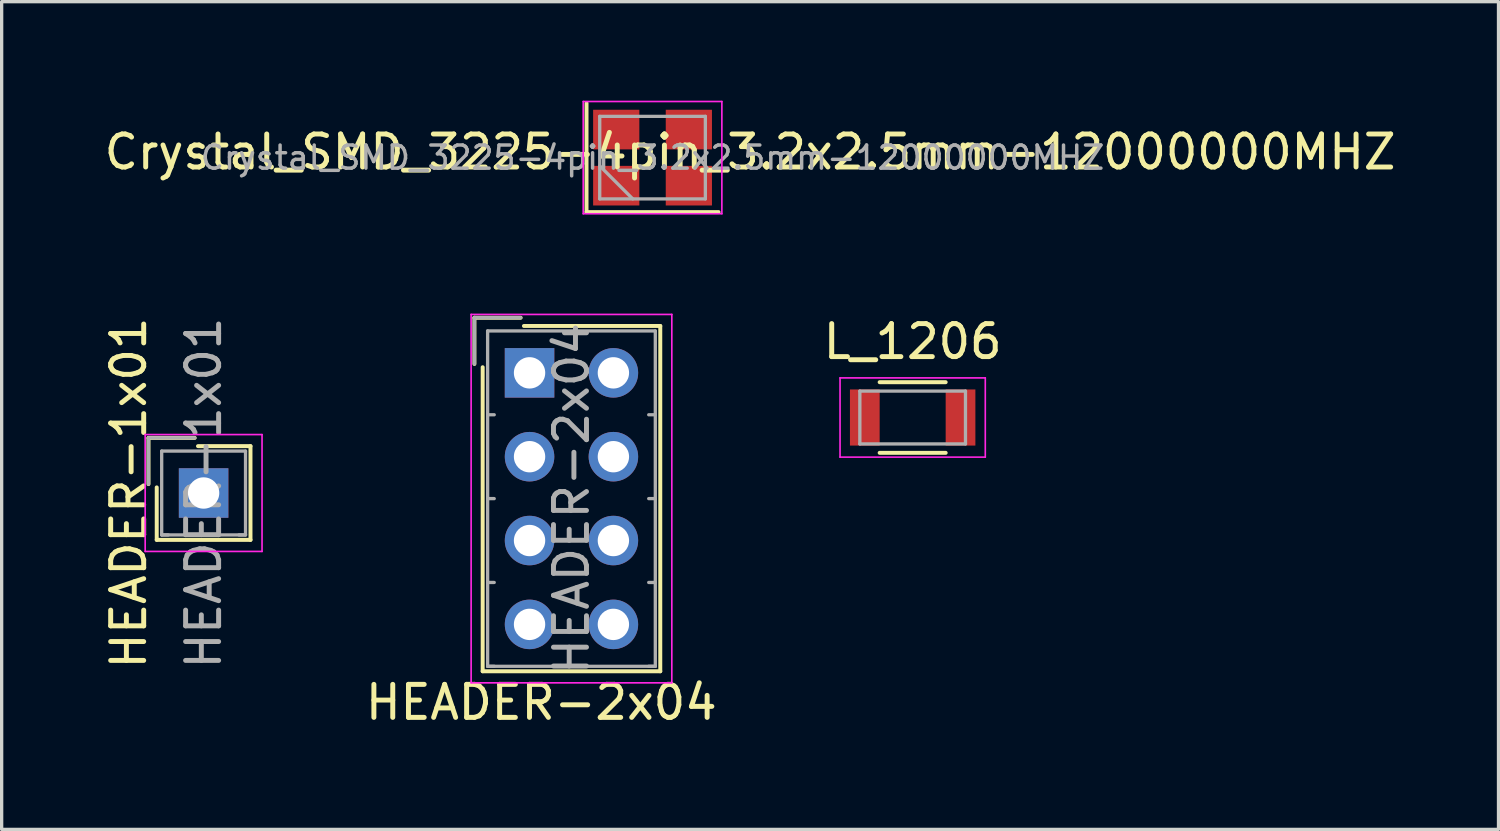
<source format=kicad_pcb>
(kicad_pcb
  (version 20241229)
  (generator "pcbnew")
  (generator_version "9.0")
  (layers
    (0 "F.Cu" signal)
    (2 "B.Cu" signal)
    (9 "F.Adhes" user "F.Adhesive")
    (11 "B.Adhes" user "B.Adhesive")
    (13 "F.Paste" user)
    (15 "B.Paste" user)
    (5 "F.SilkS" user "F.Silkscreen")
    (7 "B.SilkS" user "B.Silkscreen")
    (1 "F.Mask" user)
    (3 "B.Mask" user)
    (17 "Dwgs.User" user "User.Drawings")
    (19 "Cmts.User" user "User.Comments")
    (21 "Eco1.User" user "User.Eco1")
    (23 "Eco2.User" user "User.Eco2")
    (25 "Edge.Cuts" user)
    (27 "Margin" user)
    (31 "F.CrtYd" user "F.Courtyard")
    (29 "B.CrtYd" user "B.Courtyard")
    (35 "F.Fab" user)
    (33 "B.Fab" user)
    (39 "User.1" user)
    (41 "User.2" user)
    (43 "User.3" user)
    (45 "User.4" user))
  (footprint "Crystal_SMD_3225-4pin_3.2x2.5mm-12000000MHZ"
    (layer "F.Cu")
    (at 16.718 1.725)
    (property "Reference" "Crystal_SMD_3225-4pin_3.2x2.5mm-12000000MHZ" (at 2.955 -0.171 0) (layer "F.SilkS") (effects (font (size 1 1) (thickness 0.15))))
    (attr smd)
    (fp_line (start -2 -1.65) (end -2 1.65) (stroke (width 0.12) (type solid)) (layer "F.SilkS"))
    (fp_line (start -2 1.65) (end 2 1.65) (stroke (width 0.12) (type solid)) (layer "F.SilkS"))
    (fp_line (start -2.1 -1.7) (end -2.1 1.7) (stroke (width 0.05) (type solid)) (layer "F.CrtYd"))
    (fp_line (start -2.1 1.7) (end 2.1 1.7) (stroke (width 0.05) (type solid)) (layer "F.CrtYd"))
    (fp_line (start 2.1 -1.7) (end -2.1 -1.7) (stroke (width 0.05) (type solid)) (layer "F.CrtYd"))
    (fp_line (start 2.1 1.7) (end 2.1 -1.7) (stroke (width 0.05) (type solid)) (layer "F.CrtYd"))
    (fp_line (start -1.6 -1.25) (end -1.6 1.25) (stroke (width 0.1) (type solid)) (layer "F.Fab"))
    (fp_line (start -1.6 0.25) (end -0.6 1.25) (stroke (width 0.1) (type solid)) (layer "F.Fab"))
    (fp_line (start -1.6 1.25) (end 1.6 1.25) (stroke (width 0.1) (type solid)) (layer "F.Fab"))
    (fp_line (start 1.6 -1.25) (end -1.6 -1.25) (stroke (width 0.1) (type solid)) (layer "F.Fab"))
    (fp_line (start 1.6 1.25) (end 1.6 -1.25) (stroke (width 0.1) (type solid)) (layer "F.Fab"))
    (fp_text user "${REFERENCE}" (at 0 0 0) (layer "F.Fab") (effects (font (size 0.7 0.7) (thickness 0.105))))
    (pad "1" smd rect (at -1.1 0.85) (size 1.4 1.2) (layers "F.Cu" "F.Mask" "F.Paste"))
    (pad "2" smd rect (at 1.1 0.85) (size 1.4 1.2) (layers "F.Cu" "F.Mask" "F.Paste"))
    (pad "3" smd rect (at 1.1 -0.85) (size 1.4 1.2) (layers "F.Cu" "F.Mask" "F.Paste"))
    (pad "4" smd rect (at -1.1 -0.85) (size 1.4 1.2) (layers "F.Cu" "F.Mask" "F.Paste")))
  (footprint "HEADER-2x04"
    (layer "F.Cu")
    (at 12.992 8.245)
    (property "Reference" "HEADER-2x04" (at 0.356 9.982 0) (layer "F.SilkS") (effects (font (size 1 1) (thickness 0.15))))
    (attr through_hole)
    (fp_line (start -1.67 -1.67) (end -1.67 -0.27) (stroke (width 0.12) (type solid)) (layer "F.SilkS"))
    (fp_line (start -1.42 9.04) (end -1.42 -0.17) (stroke (width 0.12) (type solid)) (layer "F.SilkS"))
    (fp_line (start -0.27 -1.67) (end -1.67 -1.67) (stroke (width 0.12) (type solid)) (layer "F.SilkS"))
    (fp_line (start -0.17 -1.42) (end 3.96 -1.42) (stroke (width 0.12) (type solid)) (layer "F.SilkS"))
    (fp_line (start 3.96 -1.42) (end 3.96 9.04) (stroke (width 0.12) (type solid)) (layer "F.SilkS"))
    (fp_line (start 3.96 9.04) (end -1.42 9.04) (stroke (width 0.12) (type solid)) (layer "F.SilkS"))
    (fp_line (start -1.77 -1.77) (end -1.77 9.39) (stroke (width 0.05) (type solid)) (layer "F.CrtYd"))
    (fp_line (start -1.77 9.39) (end 4.31 9.39) (stroke (width 0.05) (type solid)) (layer "F.CrtYd"))
    (fp_line (start 4.31 -1.77) (end -1.77 -1.77) (stroke (width 0.05) (type solid)) (layer "F.CrtYd"))
    (fp_line (start 4.31 9.39) (end 4.31 -1.77) (stroke (width 0.05) (type solid)) (layer "F.CrtYd"))
    (fp_line (start -1.67 -1.67) (end -1.67 -0.27) (stroke (width 0.1) (type solid)) (layer "F.Fab"))
    (fp_line (start -1.27 -1.27) (end -1.27 8.89) (stroke (width 0.1) (type solid)) (layer "F.Fab"))
    (fp_line (start -1.27 1.27) (end -1.07 1.27) (stroke (width 0.1) (type solid)) (layer "F.Fab"))
    (fp_line (start -1.27 3.81) (end -1.07 3.81) (stroke (width 0.1) (type solid)) (layer "F.Fab"))
    (fp_line (start -1.27 6.35) (end -1.07 6.35) (stroke (width 0.1) (type solid)) (layer "F.Fab"))
    (fp_line (start -1.27 8.89) (end -1.07 8.89) (stroke (width 0.1) (type solid)) (layer "F.Fab"))
    (fp_line (start -1.27 8.89) (end 3.81 8.89) (stroke (width 0.1) (type solid)) (layer "F.Fab"))
    (fp_line (start -0.27 -1.67) (end -1.67 -1.67) (stroke (width 0.1) (type solid)) (layer "F.Fab"))
    (fp_line (start 3.81 -1.27) (end -1.27 -1.27) (stroke (width 0.1) (type solid)) (layer "F.Fab"))
    (fp_line (start 3.81 1.27) (end 3.61 1.27) (stroke (width 0.1) (type solid)) (layer "F.Fab"))
    (fp_line (start 3.81 3.81) (end 3.61 3.81) (stroke (width 0.1) (type solid)) (layer "F.Fab"))
    (fp_line (start 3.81 6.35) (end 3.61 6.35) (stroke (width 0.1) (type solid)) (layer "F.Fab"))
    (fp_line (start 3.81 8.89) (end 3.61 8.89) (stroke (width 0.1) (type solid)) (layer "F.Fab"))
    (fp_line (start 3.81 8.89) (end 3.81 -1.27) (stroke (width 0.1) (type solid)) (layer "F.Fab"))
    (fp_text user "${REFERENCE}" (at 1.27 3.81 90) (layer "F.Fab") (effects (font (size 1 1) (thickness 0.15))))
    (pad "1" thru_hole rect (at 0 0) (size 1.5 1.5) (drill 0.95) (layers "*.Cu" "*.Mask"))
    (pad "2" thru_hole circle (at 2.54 0) (size 1.5 1.5) (drill 0.95) (layers "*.Cu" "*.Mask"))
    (pad "3" thru_hole circle (at 0 2.54) (size 1.5 1.5) (drill 0.95) (layers "*.Cu" "*.Mask"))
    (pad "4" thru_hole circle (at 2.54 2.54) (size 1.5 1.5) (drill 0.95) (layers "*.Cu" "*.Mask"))
    (pad "5" thru_hole circle (at 0 5.08) (size 1.5 1.5) (drill 0.95) (layers "*.Cu" "*.Mask"))
    (pad "6" thru_hole circle (at 2.54 5.08) (size 1.5 1.5) (drill 0.95) (layers "*.Cu" "*.Mask"))
    (pad "7" thru_hole circle (at 0 7.62) (size 1.5 1.5) (drill 0.95) (layers "*.Cu" "*.Mask"))
    (pad "8" thru_hole circle (at 2.54 7.62) (size 1.5 1.5) (drill 0.95) (layers "*.Cu" "*.Mask")))
  (footprint "HEADER-1x01"
    (layer "F.Cu")
    (at 3.118 11.885)
    (property "Reference" "HEADER-1x01" (at -2.27 0 90) (layer "F.SilkS") (effects (font (size 1 1) (thickness 0.15))))
    (attr through_hole)
    (fp_line (start -1.67 -1.67) (end -1.67 -0.27) (stroke (width 0.12) (type solid)) (layer "F.SilkS"))
    (fp_line (start -1.42 1.42) (end -1.42 -0.17) (stroke (width 0.12) (type solid)) (layer "F.SilkS"))
    (fp_line (start -0.27 -1.67) (end -1.67 -1.67) (stroke (width 0.12) (type solid)) (layer "F.SilkS"))
    (fp_line (start -0.17 -1.42) (end 1.42 -1.42) (stroke (width 0.12) (type solid)) (layer "F.SilkS"))
    (fp_line (start 1.42 -1.42) (end 1.42 1.42) (stroke (width 0.12) (type solid)) (layer "F.SilkS"))
    (fp_line (start 1.42 1.42) (end -1.42 1.42) (stroke (width 0.12) (type solid)) (layer "F.SilkS"))
    (fp_line (start -1.77 -1.77) (end -1.77 1.77) (stroke (width 0.05) (type solid)) (layer "F.CrtYd"))
    (fp_line (start -1.77 1.77) (end 1.77 1.77) (stroke (width 0.05) (type solid)) (layer "F.CrtYd"))
    (fp_line (start 1.77 -1.77) (end -1.77 -1.77) (stroke (width 0.05) (type solid)) (layer "F.CrtYd"))
    (fp_line (start 1.77 1.77) (end 1.77 -1.77) (stroke (width 0.05) (type solid)) (layer "F.CrtYd"))
    (fp_line (start -1.67 -1.67) (end -1.67 -0.27) (stroke (width 0.1) (type solid)) (layer "F.Fab"))
    (fp_line (start -1.27 -1.27) (end -1.27 1.27) (stroke (width 0.1) (type solid)) (layer "F.Fab"))
    (fp_line (start -1.27 1.27) (end -1.07 1.27) (stroke (width 0.1) (type solid)) (layer "F.Fab"))
    (fp_line (start -1.27 1.27) (end 1.27 1.27) (stroke (width 0.1) (type solid)) (layer "F.Fab"))
    (fp_line (start -0.27 -1.67) (end -1.67 -1.67) (stroke (width 0.1) (type solid)) (layer "F.Fab"))
    (fp_line (start 1.27 -1.27) (end -1.27 -1.27) (stroke (width 0.1) (type solid)) (layer "F.Fab"))
    (fp_line (start 1.27 1.27) (end 1.07 1.27) (stroke (width 0.1) (type solid)) (layer "F.Fab"))
    (fp_line (start 1.27 1.27) (end 1.27 -1.27) (stroke (width 0.1) (type solid)) (layer "F.Fab"))
    (fp_text user "${REFERENCE}" (at 0 0 90) (layer "F.Fab") (effects (font (size 1 1) (thickness 0.15))))
    (pad "1" thru_hole rect (at 0 0) (size 1.5 1.5) (drill 0.95) (layers "*.Cu" "*.Mask")))
  (footprint "L_1206"
    (layer "F.Cu")
    (at 24.598 9.598)
    (property "Reference" "L_1206" (at 0 -2.3 0) (layer "F.SilkS") (effects (font (size 1 1) (thickness 0.15))))
    (attr smd)
    (fp_line (start -1 -1.07) (end 1 -1.07) (stroke (width 0.12) (type solid)) (layer "F.SilkS"))
    (fp_line (start 1 1.07) (end -1 1.07) (stroke (width 0.12) (type solid)) (layer "F.SilkS"))
    (fp_line (start -2.2 -1.2) (end -2.2 1.2) (stroke (width 0.05) (type solid)) (layer "F.CrtYd"))
    (fp_line (start -2.2 -1.2) (end 2.2 -1.2) (stroke (width 0.05) (type solid)) (layer "F.CrtYd"))
    (fp_line (start -2.2 1.2) (end 2.2 1.2) (stroke (width 0.05) (type solid)) (layer "F.CrtYd"))
    (fp_line (start 2.2 -1.2) (end 2.2 1.2) (stroke (width 0.05) (type solid)) (layer "F.CrtYd"))
    (fp_line (start -1.6 -0.8) (end 1.6 -0.8) (stroke (width 0.1) (type solid)) (layer "F.Fab"))
    (fp_line (start -1.6 0.8) (end -1.6 -0.8) (stroke (width 0.1) (type solid)) (layer "F.Fab"))
    (fp_line (start 1.6 -0.8) (end 1.6 0.8) (stroke (width 0.1) (type solid)) (layer "F.Fab"))
    (fp_line (start 1.6 0.8) (end -1.6 0.8) (stroke (width 0.1) (type solid)) (layer "F.Fab"))
    (pad "1" smd rect (at -1.45 0) (size 0.9 1.7) (layers "F.Cu" "F.Mask" "F.Paste"))
    (pad "2" smd rect (at 1.45 0) (size 0.9 1.7) (layers "F.Cu" "F.Mask" "F.Paste")))
  (gr_rect
    (start -3 -3)
    (end 42.345 22.075)
    (stroke (width 0.1) (type default))
    (fill no)
    (layer "Edge.Cuts")))
</source>
